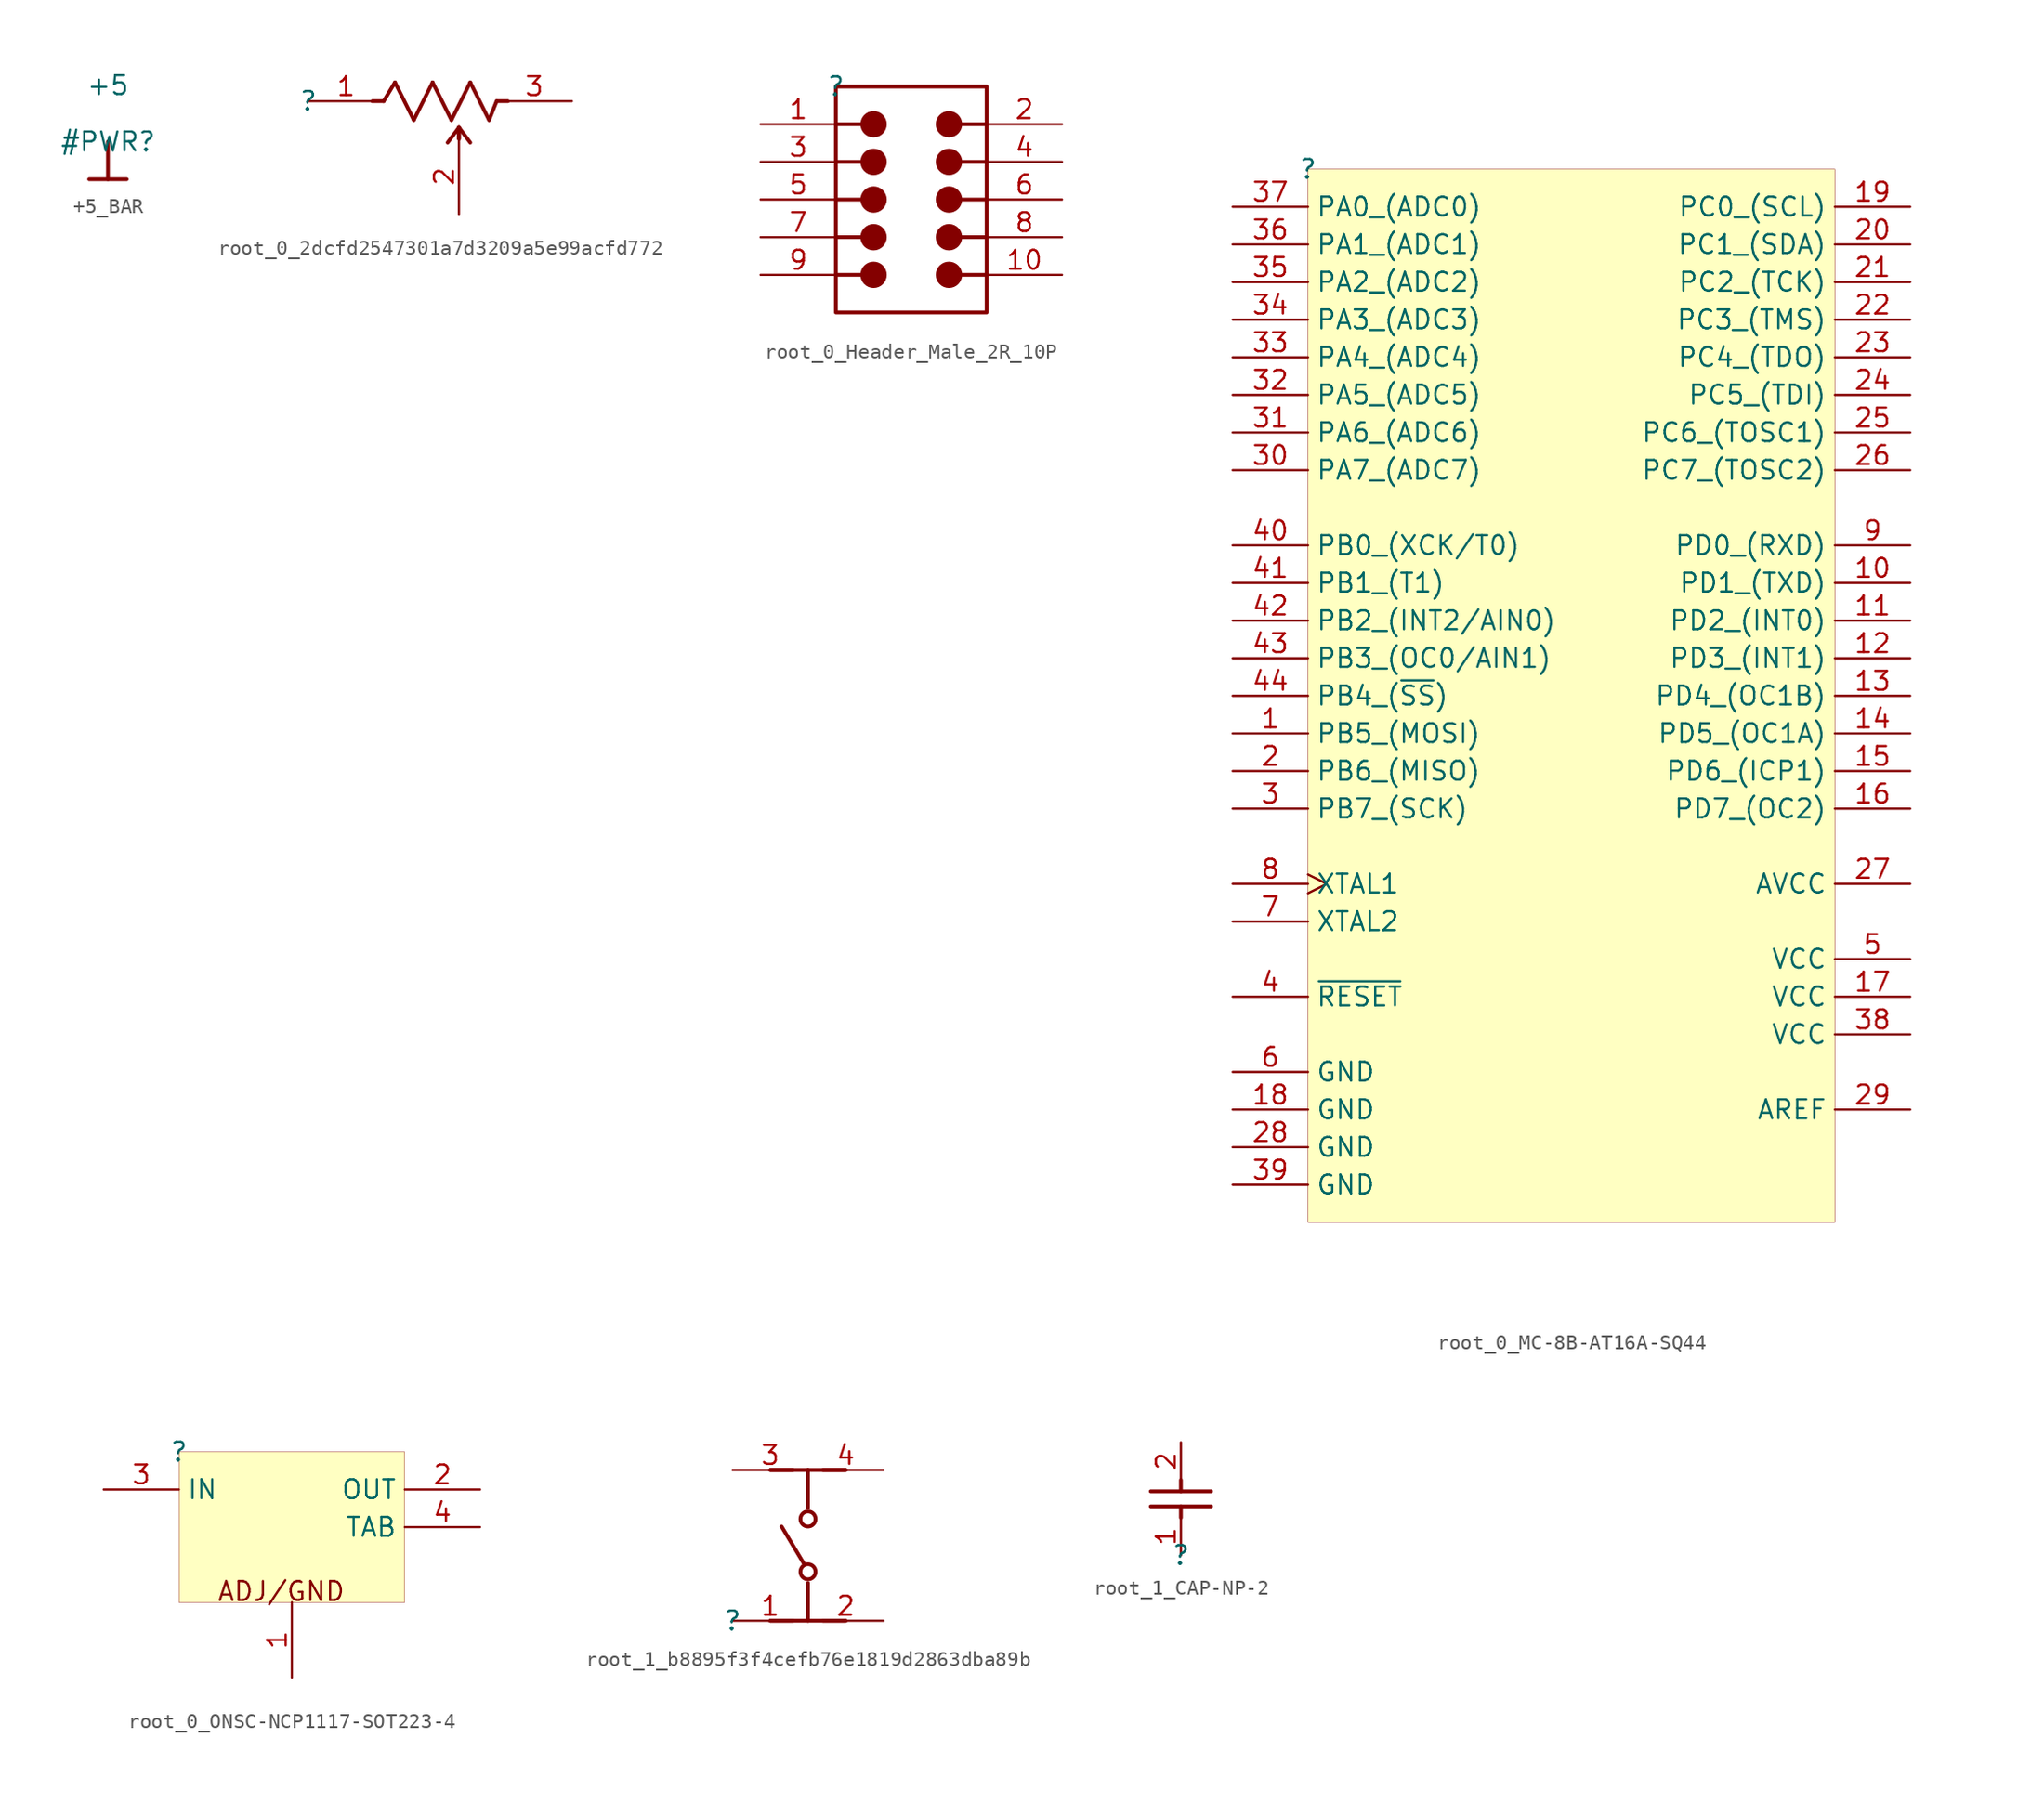
<source format=kicad_sym>
(kicad_symbol_lib
  (version 20231120)
  (generator "kicad_symbol_editor")
  (generator_version "8.0")
  (symbol "+5_BAR"
    (power)
    (property "Reference" "#PWR"
      (at 0 0 0)
      (effects (font (size 1.27 1.27))))
    (property "Value" "+5"
      (at 0 3.81 0)
      (effects (font (size 1.27 1.27))))
    (symbol "+5_BAR_0_0"
      (polyline (pts (xy -1.27 -2.54) (xy 1.27 -2.54)) (stroke (width 0.254) (type solid)) (fill (type none)))
      (polyline (pts (xy 0 0) (xy 0 -2.54)) (stroke (width 0.254) (type solid)) (fill (type none)))
      (pin power_in line (at 0 0 0) (length 0) hide (name "+5" (effects (font (size 1.27 1.27)))) (number "" (effects (font (size 1.27 1.27)))))))
  (symbol "root_0_2dcfd2547301a7d3209a5e99acfd772"
    (property "Reference" ""
      (at 0 0 0)
      (effects (font (size 1.27 1.27))))
    (property "Value" ""
      (at 0 0 0)
      (effects (font (size 1.27 1.27))))
    (symbol "root_0_2dcfd2547301a7d3209a5e99acfd772_1_0"
      (polyline (pts (xy 5.08 0) (xy 4.318 0)) (stroke (width 0.254) (type solid)) (fill (type none)))
      (polyline (pts (xy 5.08 0) (xy 5.842 1.27)) (stroke (width 0.254) (type solid)) (fill (type none)))
      (polyline (pts (xy 5.842 1.27) (xy 7.112 -1.27)) (stroke (width 0.254) (type solid)) (fill (type none)))
      (polyline (pts (xy 7.112 -1.27) (xy 8.382 1.27)) (stroke (width 0.254) (type solid)) (fill (type none)))
      (polyline (pts (xy 8.382 1.27) (xy 9.652 -1.27)) (stroke (width 0.254) (type solid)) (fill (type none)))
      (polyline (pts (xy 9.652 -1.27) (xy 10.922 1.27)) (stroke (width 0.254) (type solid)) (fill (type none)))
      (polyline (pts (xy 10.16 -1.778) (xy 9.398 -2.794)) (stroke (width 0.254) (type solid)) (fill (type none)))
      (polyline (pts (xy 10.16 -1.778) (xy 10.16 -2.54)) (stroke (width 0.254) (type solid)) (fill (type none)))
      (polyline (pts (xy 10.16 -1.778) (xy 10.16 -2.54)) (stroke (width 0.254) (type solid)) (fill (type none)))
      (polyline (pts (xy 10.16 -1.778) (xy 10.922 -2.794)) (stroke (width 0.254) (type solid)) (fill (type none)))
      (polyline (pts (xy 10.922 1.27) (xy 12.192 -1.27)) (stroke (width 0.254) (type solid)) (fill (type none)))
      (polyline (pts (xy 12.192 -1.27) (xy 12.7 0)) (stroke (width 0.254) (type solid)) (fill (type none)))
      (polyline (pts (xy 12.7 0) (xy 13.462 0)) (stroke (width 0.254) (type solid)) (fill (type none)))
      (pin passive line (at 0 0 0) (length 5.08) (name "CCW" (effects (font (size 0 0)))) (number "1" (effects (font (size 1.27 1.27)))))
      (pin passive line (at 10.16 -7.62 90) (length 5.08) (name "WIPER" (effects (font (size 0 0)))) (number "2" (effects (font (size 1.27 1.27)))))
      (pin passive line (at 17.78 0 180) (length 5.08) (name "CW" (effects (font (size 0 0)))) (number "3" (effects (font (size 1.27 1.27)))))))
  (symbol "root_0_Header_Male_2R_10P"
    (property "Reference" ""
      (at 0 0 0)
      (effects (font (size 1.27 1.27))))
    (property "Value" ""
      (at 0 0 0)
      (effects (font (size 1.27 1.27))))
    (symbol "root_0_Header_Male_2R_10P_1_0"
      (polyline (pts (xy 0 -12.7) (xy 1.778 -12.7)) (stroke (width 0.254) (type solid)) (fill (type none)))
      (polyline (pts (xy 0 -10.16) (xy 1.778 -10.16)) (stroke (width 0.254) (type solid)) (fill (type none)))
      (polyline (pts (xy 0 -7.62) (xy 1.778 -7.62)) (stroke (width 0.254) (type solid)) (fill (type none)))
      (polyline (pts (xy 0 -5.08) (xy 1.778 -5.08)) (stroke (width 0.254) (type solid)) (fill (type none)))
      (polyline (pts (xy 0 -2.54) (xy 1.778 -2.54)) (stroke (width 0.254) (type solid)) (fill (type none)))
      (polyline (pts (xy 10.16 -12.7) (xy 8.382 -12.7)) (stroke (width 0.254) (type solid)) (fill (type none)))
      (polyline (pts (xy 10.16 -10.16) (xy 8.382 -10.16)) (stroke (width 0.254) (type solid)) (fill (type none)))
      (polyline (pts (xy 10.16 -7.62) (xy 8.382 -7.62)) (stroke (width 0.254) (type solid)) (fill (type none)))
      (polyline (pts (xy 10.16 -5.08) (xy 8.382 -5.08)) (stroke (width 0.254) (type solid)) (fill (type none)))
      (polyline (pts (xy 10.16 -2.54) (xy 8.382 -2.54)) (stroke (width 0.254) (type solid)) (fill (type none)))
      (polyline (pts (xy 0 0) (xy 10.16 0) (xy 10.16 -15.24) (xy 0 -15.24) (xy 0 0) (xy 0 -1.27)) (stroke (width 0.254) (type solid)) (fill (type none)))
      (circle (center 2.54 -12.7) (radius 0.762) (stroke (width 0.254) (type solid)) (fill (type outline)))
      (circle (center 2.54 -10.16) (radius 0.762) (stroke (width 0.254) (type solid)) (fill (type outline)))
      (circle (center 2.54 -7.62) (radius 0.762) (stroke (width 0.254) (type solid)) (fill (type outline)))
      (circle (center 2.54 -5.08) (radius 0.762) (stroke (width 0.254) (type solid)) (fill (type outline)))
      (circle (center 2.54 -2.54) (radius 0.762) (stroke (width 0.254) (type solid)) (fill (type outline)))
      (circle (center 7.62 -12.7) (radius 0.762) (stroke (width 0.254) (type solid)) (fill (type outline)))
      (circle (center 7.62 -10.16) (radius 0.762) (stroke (width 0.254) (type solid)) (fill (type outline)))
      (circle (center 7.62 -7.62) (radius 0.762) (stroke (width 0.254) (type solid)) (fill (type outline)))
      (circle (center 7.62 -5.08) (radius 0.762) (stroke (width 0.254) (type solid)) (fill (type outline)))
      (circle (center 7.62 -2.54) (radius 0.762) (stroke (width 0.254) (type solid)) (fill (type outline)))
      (pin passive line (at -5.08 -2.54 0) (length 5.08) (name "1" (effects (font (size 0 0)))) (number "1" (effects (font (size 1.27 1.27)))))
      (pin passive line (at 15.24 -12.7 180) (length 5.08) (name "10" (effects (font (size 0 0)))) (number "10" (effects (font (size 1.27 1.27)))))
      (pin passive line (at 15.24 -2.54 180) (length 5.08) (name "2" (effects (font (size 0 0)))) (number "2" (effects (font (size 1.27 1.27)))))
      (pin passive line (at -5.08 -5.08 0) (length 5.08) (name "3" (effects (font (size 0 0)))) (number "3" (effects (font (size 1.27 1.27)))))
      (pin passive line (at 15.24 -5.08 180) (length 5.08) (name "4" (effects (font (size 0 0)))) (number "4" (effects (font (size 1.27 1.27)))))
      (pin passive line (at -5.08 -7.62 0) (length 5.08) (name "5" (effects (font (size 0 0)))) (number "5" (effects (font (size 1.27 1.27)))))
      (pin passive line (at 15.24 -7.62 180) (length 5.08) (name "6" (effects (font (size 0 0)))) (number "6" (effects (font (size 1.27 1.27)))))
      (pin passive line (at -5.08 -10.16 0) (length 5.08) (name "7" (effects (font (size 0 0)))) (number "7" (effects (font (size 1.27 1.27)))))
      (pin passive line (at 15.24 -10.16 180) (length 5.08) (name "8" (effects (font (size 0 0)))) (number "8" (effects (font (size 1.27 1.27)))))
      (pin passive line (at -5.08 -12.7 0) (length 5.08) (name "9" (effects (font (size 0 0)))) (number "9" (effects (font (size 1.27 1.27)))))))
  (symbol "root_0_MC-8B-AT16A-SQ44"
    (property "Reference" ""
      (at 0 0 0)
      (effects (font (size 1.27 1.27))))
    (property "Value" ""
      (at 0 0 0)
      (effects (font (size 1.27 1.27))))
    (symbol "root_0_MC-8B-AT16A-SQ44_1_0"
      (rectangle (start 35.56 0) (end 0 -71.12) (stroke (width 0.025) (type solid) (color 128 0 0 1)) (fill (type background)))
      (pin bidirectional line (at -5.08 -38.1 0) (length 5.08) (name "PB5_(MOSI)" (effects (font (size 1.27 1.27)))) (number "1" (effects (font (size 1.27 1.27)))))
      (pin bidirectional line (at 40.64 -27.94 180) (length 5.08) (name "PD1_(TXD)" (effects (font (size 1.27 1.27)))) (number "10" (effects (font (size 1.27 1.27)))))
      (pin bidirectional line (at 40.64 -30.48 180) (length 5.08) (name "PD2_(INT0)" (effects (font (size 1.27 1.27)))) (number "11" (effects (font (size 1.27 1.27)))))
      (pin bidirectional line (at 40.64 -33.02 180) (length 5.08) (name "PD3_(INT1)" (effects (font (size 1.27 1.27)))) (number "12" (effects (font (size 1.27 1.27)))))
      (pin bidirectional line (at 40.64 -35.56 180) (length 5.08) (name "PD4_(OC1B)" (effects (font (size 1.27 1.27)))) (number "13" (effects (font (size 1.27 1.27)))))
      (pin bidirectional line (at 40.64 -38.1 180) (length 5.08) (name "PD5_(OC1A)" (effects (font (size 1.27 1.27)))) (number "14" (effects (font (size 1.27 1.27)))))
      (pin bidirectional line (at 40.64 -40.64 180) (length 5.08) (name "PD6_(ICP1)" (effects (font (size 1.27 1.27)))) (number "15" (effects (font (size 1.27 1.27)))))
      (pin bidirectional line (at 40.64 -43.18 180) (length 5.08) (name "PD7_(OC2)" (effects (font (size 1.27 1.27)))) (number "16" (effects (font (size 1.27 1.27)))))
      (pin power_in line (at 40.64 -55.88 180) (length 5.08) (name "VCC" (effects (font (size 1.27 1.27)))) (number "17" (effects (font (size 1.27 1.27)))))
      (pin power_in line (at -5.08 -63.5 0) (length 5.08) (name "GND" (effects (font (size 1.27 1.27)))) (number "18" (effects (font (size 1.27 1.27)))))
      (pin bidirectional line (at 40.64 -2.54 180) (length 5.08) (name "PC0_(SCL)" (effects (font (size 1.27 1.27)))) (number "19" (effects (font (size 1.27 1.27)))))
      (pin bidirectional line (at -5.08 -40.64 0) (length 5.08) (name "PB6_(MISO)" (effects (font (size 1.27 1.27)))) (number "2" (effects (font (size 1.27 1.27)))))
      (pin bidirectional line (at 40.64 -5.08 180) (length 5.08) (name "PC1_(SDA)" (effects (font (size 1.27 1.27)))) (number "20" (effects (font (size 1.27 1.27)))))
      (pin bidirectional line (at 40.64 -7.62 180) (length 5.08) (name "PC2_(TCK)" (effects (font (size 1.27 1.27)))) (number "21" (effects (font (size 1.27 1.27)))))
      (pin bidirectional line (at 40.64 -10.16 180) (length 5.08) (name "PC3_(TMS)" (effects (font (size 1.27 1.27)))) (number "22" (effects (font (size 1.27 1.27)))))
      (pin bidirectional line (at 40.64 -12.7 180) (length 5.08) (name "PC4_(TDO)" (effects (font (size 1.27 1.27)))) (number "23" (effects (font (size 1.27 1.27)))))
      (pin bidirectional line (at 40.64 -15.24 180) (length 5.08) (name "PC5_(TDI)" (effects (font (size 1.27 1.27)))) (number "24" (effects (font (size 1.27 1.27)))))
      (pin bidirectional line (at 40.64 -17.78 180) (length 5.08) (name "PC6_(TOSC1)" (effects (font (size 1.27 1.27)))) (number "25" (effects (font (size 1.27 1.27)))))
      (pin bidirectional line (at 40.64 -20.32 180) (length 5.08) (name "PC7_(TOSC2)" (effects (font (size 1.27 1.27)))) (number "26" (effects (font (size 1.27 1.27)))))
      (pin power_in line (at 40.64 -48.26 180) (length 5.08) (name "AVCC" (effects (font (size 1.27 1.27)))) (number "27" (effects (font (size 1.27 1.27)))))
      (pin power_in line (at -5.08 -66.04 0) (length 5.08) (name "GND" (effects (font (size 1.27 1.27)))) (number "28" (effects (font (size 1.27 1.27)))))
      (pin power_in line (at 40.64 -63.5 180) (length 5.08) (name "AREF" (effects (font (size 1.27 1.27)))) (number "29" (effects (font (size 1.27 1.27)))))
      (pin bidirectional line (at -5.08 -43.18 0) (length 5.08) (name "PB7_(SCK)" (effects (font (size 1.27 1.27)))) (number "3" (effects (font (size 1.27 1.27)))))
      (pin bidirectional line (at -5.08 -20.32 0) (length 5.08) (name "PA7_(ADC7)" (effects (font (size 1.27 1.27)))) (number "30" (effects (font (size 1.27 1.27)))))
      (pin bidirectional line (at -5.08 -17.78 0) (length 5.08) (name "PA6_(ADC6)" (effects (font (size 1.27 1.27)))) (number "31" (effects (font (size 1.27 1.27)))))
      (pin bidirectional line (at -5.08 -15.24 0) (length 5.08) (name "PA5_(ADC5)" (effects (font (size 1.27 1.27)))) (number "32" (effects (font (size 1.27 1.27)))))
      (pin bidirectional line (at -5.08 -12.7 0) (length 5.08) (name "PA4_(ADC4)" (effects (font (size 1.27 1.27)))) (number "33" (effects (font (size 1.27 1.27)))))
      (pin bidirectional line (at -5.08 -10.16 0) (length 5.08) (name "PA3_(ADC3)" (effects (font (size 1.27 1.27)))) (number "34" (effects (font (size 1.27 1.27)))))
      (pin bidirectional line (at -5.08 -7.62 0) (length 5.08) (name "PA2_(ADC2)" (effects (font (size 1.27 1.27)))) (number "35" (effects (font (size 1.27 1.27)))))
      (pin bidirectional line (at -5.08 -5.08 0) (length 5.08) (name "PA1_(ADC1)" (effects (font (size 1.27 1.27)))) (number "36" (effects (font (size 1.27 1.27)))))
      (pin bidirectional line (at -5.08 -2.54 0) (length 5.08) (name "PA0_(ADC0)" (effects (font (size 1.27 1.27)))) (number "37" (effects (font (size 1.27 1.27)))))
      (pin power_in line (at 40.64 -58.42 180) (length 5.08) (name "VCC" (effects (font (size 1.27 1.27)))) (number "38" (effects (font (size 1.27 1.27)))))
      (pin power_in line (at -5.08 -68.58 0) (length 5.08) (name "GND" (effects (font (size 1.27 1.27)))) (number "39" (effects (font (size 1.27 1.27)))))
      (pin input line (at -5.08 -55.88 0) (length 5.08) (name "~{RESET}" (effects (font (size 1.27 1.27)))) (number "4" (effects (font (size 1.27 1.27)))))
      (pin bidirectional line (at -5.08 -25.4 0) (length 5.08) (name "PB0_(XCK/T0)" (effects (font (size 1.27 1.27)))) (number "40" (effects (font (size 1.27 1.27)))))
      (pin bidirectional line (at -5.08 -27.94 0) (length 5.08) (name "PB1_(T1)" (effects (font (size 1.27 1.27)))) (number "41" (effects (font (size 1.27 1.27)))))
      (pin bidirectional line (at -5.08 -30.48 0) (length 5.08) (name "PB2_(INT2/AIN0)" (effects (font (size 1.27 1.27)))) (number "42" (effects (font (size 1.27 1.27)))))
      (pin bidirectional line (at -5.08 -33.02 0) (length 5.08) (name "PB3_(OC0/AIN1)" (effects (font (size 1.27 1.27)))) (number "43" (effects (font (size 1.27 1.27)))))
      (pin bidirectional line (at -5.08 -35.56 0) (length 5.08) (name "PB4_(~{SS})" (effects (font (size 1.27 1.27)))) (number "44" (effects (font (size 1.27 1.27)))))
      (pin power_in line (at 40.64 -53.34 180) (length 5.08) (name "VCC" (effects (font (size 1.27 1.27)))) (number "5" (effects (font (size 1.27 1.27)))))
      (pin power_in line (at -5.08 -60.96 0) (length 5.08) (name "GND" (effects (font (size 1.27 1.27)))) (number "6" (effects (font (size 1.27 1.27)))))
      (pin output line (at -5.08 -50.8 0) (length 5.08) (name "XTAL2" (effects (font (size 1.27 1.27)))) (number "7" (effects (font (size 1.27 1.27)))))
      (pin input clock (at -5.08 -48.26 0) (length 5.08) (name "XTAL1" (effects (font (size 1.27 1.27)))) (number "8" (effects (font (size 1.27 1.27)))))
      (pin bidirectional line (at 40.64 -25.4 180) (length 5.08) (name "PD0_(RXD)" (effects (font (size 1.27 1.27)))) (number "9" (effects (font (size 1.27 1.27)))))))
  (symbol "root_0_ONSC-NCP1117-SOT223-4"
    (property "Reference" ""
      (at 0 0 0)
      (effects (font (size 1.27 1.27))))
    (property "Value" ""
      (at 0 0 0)
      (effects (font (size 1.27 1.27))))
    (symbol "root_0_ONSC-NCP1117-SOT223-4_1_0"
      (rectangle (start 15.24 0) (end 0 -10.16) (stroke (width 0.025) (type solid) (color 128 0 0 1)) (fill (type background)))
      (text "ADJ/GND" (at 2.54 -10.16 0) (effects (font (size 1.27 1.27)) (justify left bottom)))
      (pin passive line (at 7.62 -15.24 90) (length 5.08) (name "ADJ/GND" (effects (font (size 0 0)))) (number "1" (effects (font (size 1.27 1.27)))))
      (pin power_in line (at 20.32 -2.54 180) (length 5.08) (name "OUT" (effects (font (size 1.27 1.27)))) (number "2" (effects (font (size 1.27 1.27)))))
      (pin power_in line (at -5.08 -2.54 0) (length 5.08) (name "IN" (effects (font (size 1.27 1.27)))) (number "3" (effects (font (size 1.27 1.27)))))
      (pin passive line (at 20.32 -5.08 180) (length 5.08) (name "TAB" (effects (font (size 1.27 1.27)))) (number "4" (effects (font (size 1.27 1.27)))))))
  (symbol "root_1_b8895f3f4cefb76e1819d2863dba89b"
    (property "Reference" ""
      (at 0 0 0)
      (effects (font (size 1.27 1.27))))
    (property "Value" ""
      (at 0 0 0)
      (effects (font (size 1.27 1.27))))
    (symbol "root_1_b8895f3f4cefb76e1819d2863dba89b_1_0"
      (polyline (pts (xy 2.54 0) (xy 4.064 0)) (stroke (width 0.254) (type solid)) (fill (type none)))
      (polyline (pts (xy 2.54 0) (xy 5.08 0)) (stroke (width 0.254) (type solid)) (fill (type none)))
      (polyline (pts (xy 2.54 10.16) (xy 4.064 10.16)) (stroke (width 0.254) (type solid)) (fill (type none)))
      (polyline (pts (xy 2.54 10.16) (xy 5.08 10.16)) (stroke (width 0.254) (type solid)) (fill (type none)))
      (polyline (pts (xy 4.826 3.81) (xy 3.302 6.35)) (stroke (width 0.254) (type solid)) (fill (type none)))
      (polyline (pts (xy 5.08 0) (xy 5.08 2.54)) (stroke (width 0.254) (type solid)) (fill (type none)))
      (polyline (pts (xy 5.08 10.16) (xy 5.08 7.62)) (stroke (width 0.254) (type solid)) (fill (type none)))
      (polyline (pts (xy 7.62 0) (xy 5.08 0)) (stroke (width 0.254) (type solid)) (fill (type none)))
      (polyline (pts (xy 7.62 0) (xy 6.096 0)) (stroke (width 0.254) (type solid)) (fill (type none)))
      (polyline (pts (xy 7.62 10.16) (xy 5.08 10.16)) (stroke (width 0.254) (type solid)) (fill (type none)))
      (polyline (pts (xy 7.62 10.16) (xy 6.096 10.16)) (stroke (width 0.254) (type solid)) (fill (type none)))
      (circle (center 5.08 3.302) (radius 0.508) (stroke (width 0.254) (type solid)) (fill (type none)))
      (circle (center 5.08 6.858) (radius 0.508) (stroke (width 0.254) (type solid)) (fill (type none)))
      (pin passive line (at 0 0 0) (length 5.08) (name "1" (effects (font (size 0 0)))) (number "1" (effects (font (size 1.27 1.27)))))
      (pin passive line (at 10.16 0 180) (length 5.08) (name "2" (effects (font (size 0 0)))) (number "2" (effects (font (size 1.27 1.27)))))
      (pin passive line (at 0 10.16 0) (length 5.08) (name "3" (effects (font (size 0 0)))) (number "3" (effects (font (size 1.27 1.27)))))
      (pin passive line (at 10.16 10.16 180) (length 5.08) (name "4" (effects (font (size 0 0)))) (number "4" (effects (font (size 1.27 1.27)))))))
  (symbol "root_1_CAP-NP-2"
    (property "Reference" ""
      (at 0 0 0)
      (effects (font (size 1.27 1.27))))
    (property "Value" ""
      (at 0 0 0)
      (effects (font (size 1.27 1.27))))
    (symbol "root_1_CAP-NP-2_1_0"
      (polyline (pts (xy -2.032 4.318) (xy 2.032 4.318)) (stroke (width 0.254) (type solid)) (fill (type none)))
      (polyline (pts (xy 0 2.54) (xy 0 3.302)) (stroke (width 0.254) (type solid)) (fill (type none)))
      (polyline (pts (xy 0 5.08) (xy 0 4.318)) (stroke (width 0.254) (type solid)) (fill (type none)))
      (polyline (pts (xy 2.032 3.302) (xy -2.032 3.302)) (stroke (width 0.254) (type solid)) (fill (type none)))
      (pin passive line (at 0 0 90) (length 2.54) (name "1" (effects (font (size 0 0)))) (number "1" (effects (font (size 1.27 1.27)))))
      (pin passive line (at 0 7.62 270) (length 2.54) (name "2" (effects (font (size 0 0)))) (number "2" (effects (font (size 1.27 1.27))))))))
</source>
